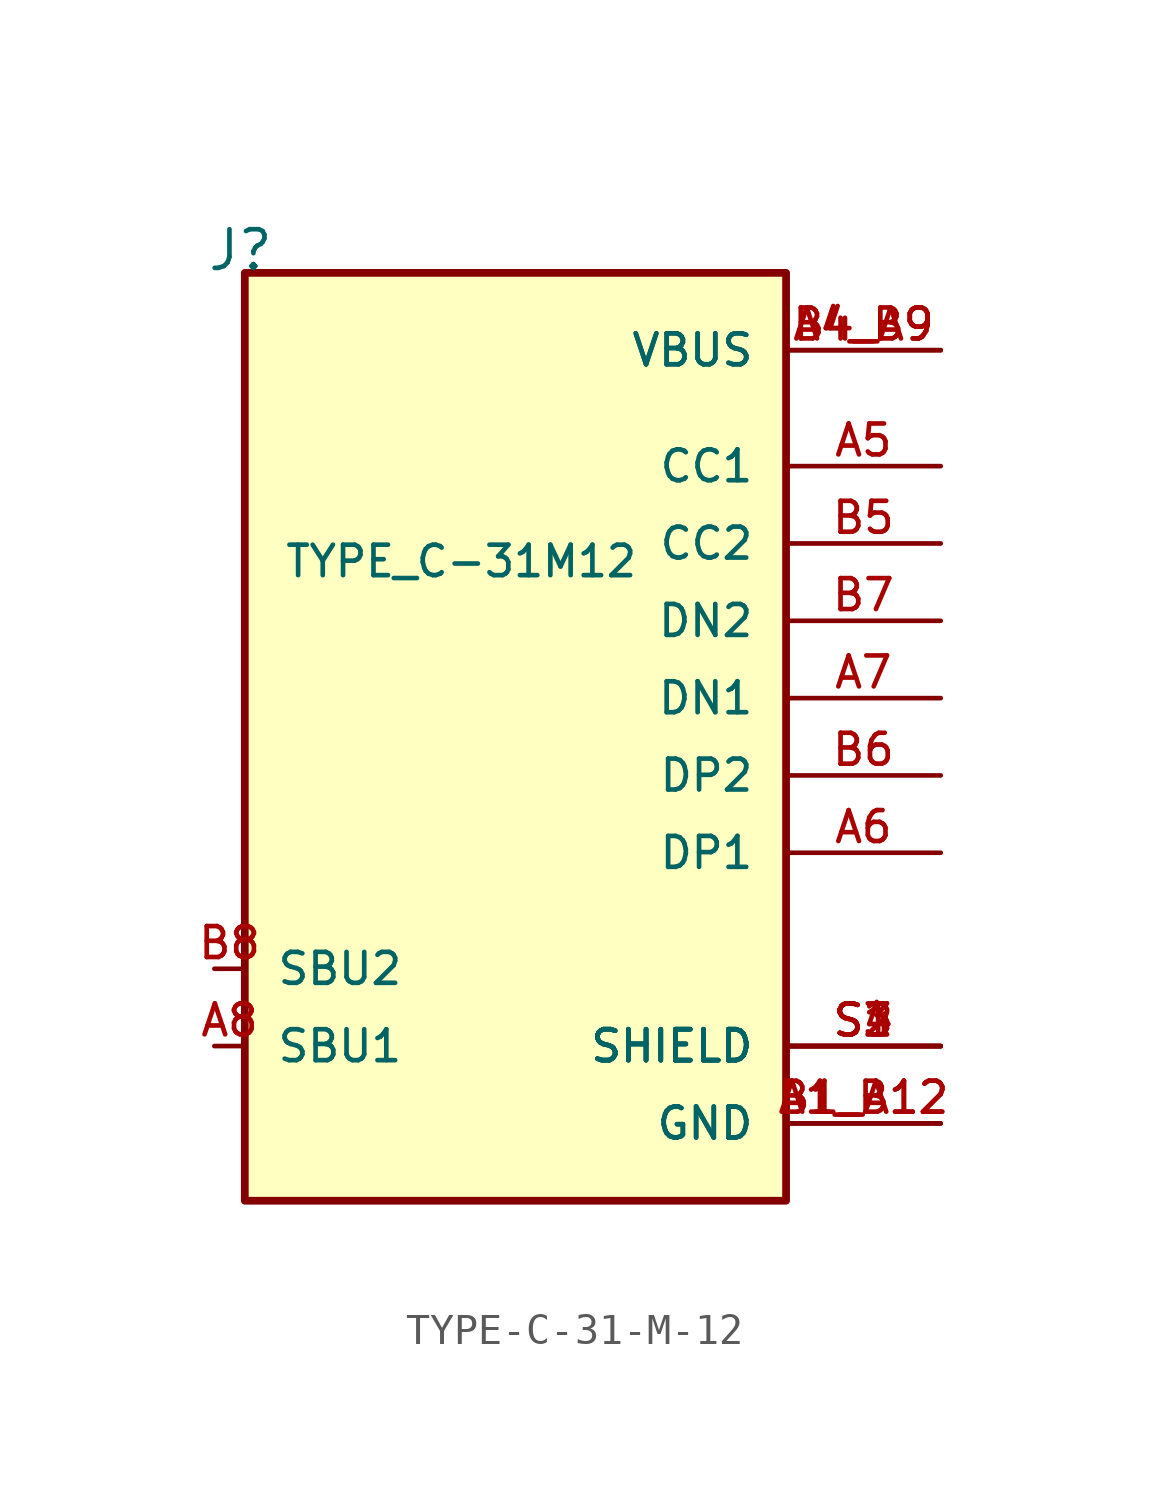
<source format=kicad_sym>
(kicad_symbol_lib
  (version 20220914)
  (generator kicad_symbol_editor)
  (symbol "TYPE-C-31-M-12"
    (pin_names
      (offset 1.016))
    (property "Reference" "J"
      (at -10.16 13.97 0)
      (effects (font (size 1.27 1.27)) (justify left bottom)))
    (property "Value" "TYPE_C-31M12"
      (at -7.62 5.08 0)
      (effects (font (size 1 1)) (justify left top)))
    (symbol "TYPE-C-31-M-12_0_0"
      (rectangle (start -8.89 13.97) (end 8.89 -16.51) (stroke (width 0.254) (type default)) (fill (type background)))
      (pin power_in line (at 13.97 -13.97 180) (length 5.08) (name "GND" (effects (font (size 1.016 1.016)))) (number "A1_B12" (effects (font (size 1.016 1.016)))))
      (pin power_in line (at 13.97 11.43 180) (length 5.08) (name "VBUS" (effects (font (size 1.016 1.016)))) (number "A4_B9" (effects (font (size 1.016 1.016)))))
      (pin bidirectional line (at 13.97 7.62 180) (length 5.08) (name "CC1" (effects (font (size 1.016 1.016)))) (number "A5" (effects (font (size 1.016 1.016)))))
      (pin bidirectional line (at 13.97 -5.08 180) (length 5.08) (name "DP1" (effects (font (size 1.016 1.016)))) (number "A6" (effects (font (size 1.016 1.016)))))
      (pin bidirectional line (at 13.97 0 180) (length 5.08) (name "DN1" (effects (font (size 1.016 1.016)))) (number "A7" (effects (font (size 1.016 1.016)))))
      (pin power_in line (at 13.97 -13.97 180) (length 5.08) (name "GND" (effects (font (size 1.016 1.016)))) (number "B1_A12" (effects (font (size 1.016 1.016)))))
      (pin power_in line (at 13.97 11.43 180) (length 5.08) (name "VBUS" (effects (font (size 1.016 1.016)))) (number "B4_A9" (effects (font (size 1.016 1.016)))))
      (pin bidirectional line (at 13.97 5.08 180) (length 5.08) (name "CC2" (effects (font (size 1.016 1.016)))) (number "B5" (effects (font (size 1.016 1.016)))))
      (pin bidirectional line (at 13.97 -2.54 180) (length 5.08) (name "DP2" (effects (font (size 1.016 1.016)))) (number "B6" (effects (font (size 1.016 1.016)))))
      (pin bidirectional line (at 13.97 2.54 180) (length 5.08) (name "DN2" (effects (font (size 1.016 1.016)))) (number "B7" (effects (font (size 1.016 1.016)))))
      (pin passive line (at 13.97 -11.43 180) (length 5.08) (name "SHIELD" (effects (font (size 1.016 1.016)))) (number "S1" (effects (font (size 1.016 1.016)))))
      (pin passive line (at 13.97 -11.43 180) (length 5.08) (name "SHIELD" (effects (font (size 1.016 1.016)))) (number "S2" (effects (font (size 1.016 1.016)))))
      (pin passive line (at 13.97 -11.43 180) (length 5.08) (name "SHIELD" (effects (font (size 1.016 1.016)))) (number "S3" (effects (font (size 1.016 1.016)))))
      (pin passive line (at 13.97 -11.43 180) (length 5.08) (name "SHIELD" (effects (font (size 1.016 1.016)))) (number "S4" (effects (font (size 1.016 1.016))))))
    (symbol "TYPE-C-31-M-12_1_0"
      (pin bidirectional line (at -9.89 -11.43 0) (length 1) (name "SBU1" (effects (font (size 1.016 1.016)))) (number "A8" (effects (font (size 1.016 1.016)))))
      (pin bidirectional line (at -9.89 -8.89 0) (length 1) (name "SBU2" (effects (font (size 1.016 1.016)))) (number "B8" (effects (font (size 1.016 1.016))))))))
</source>
